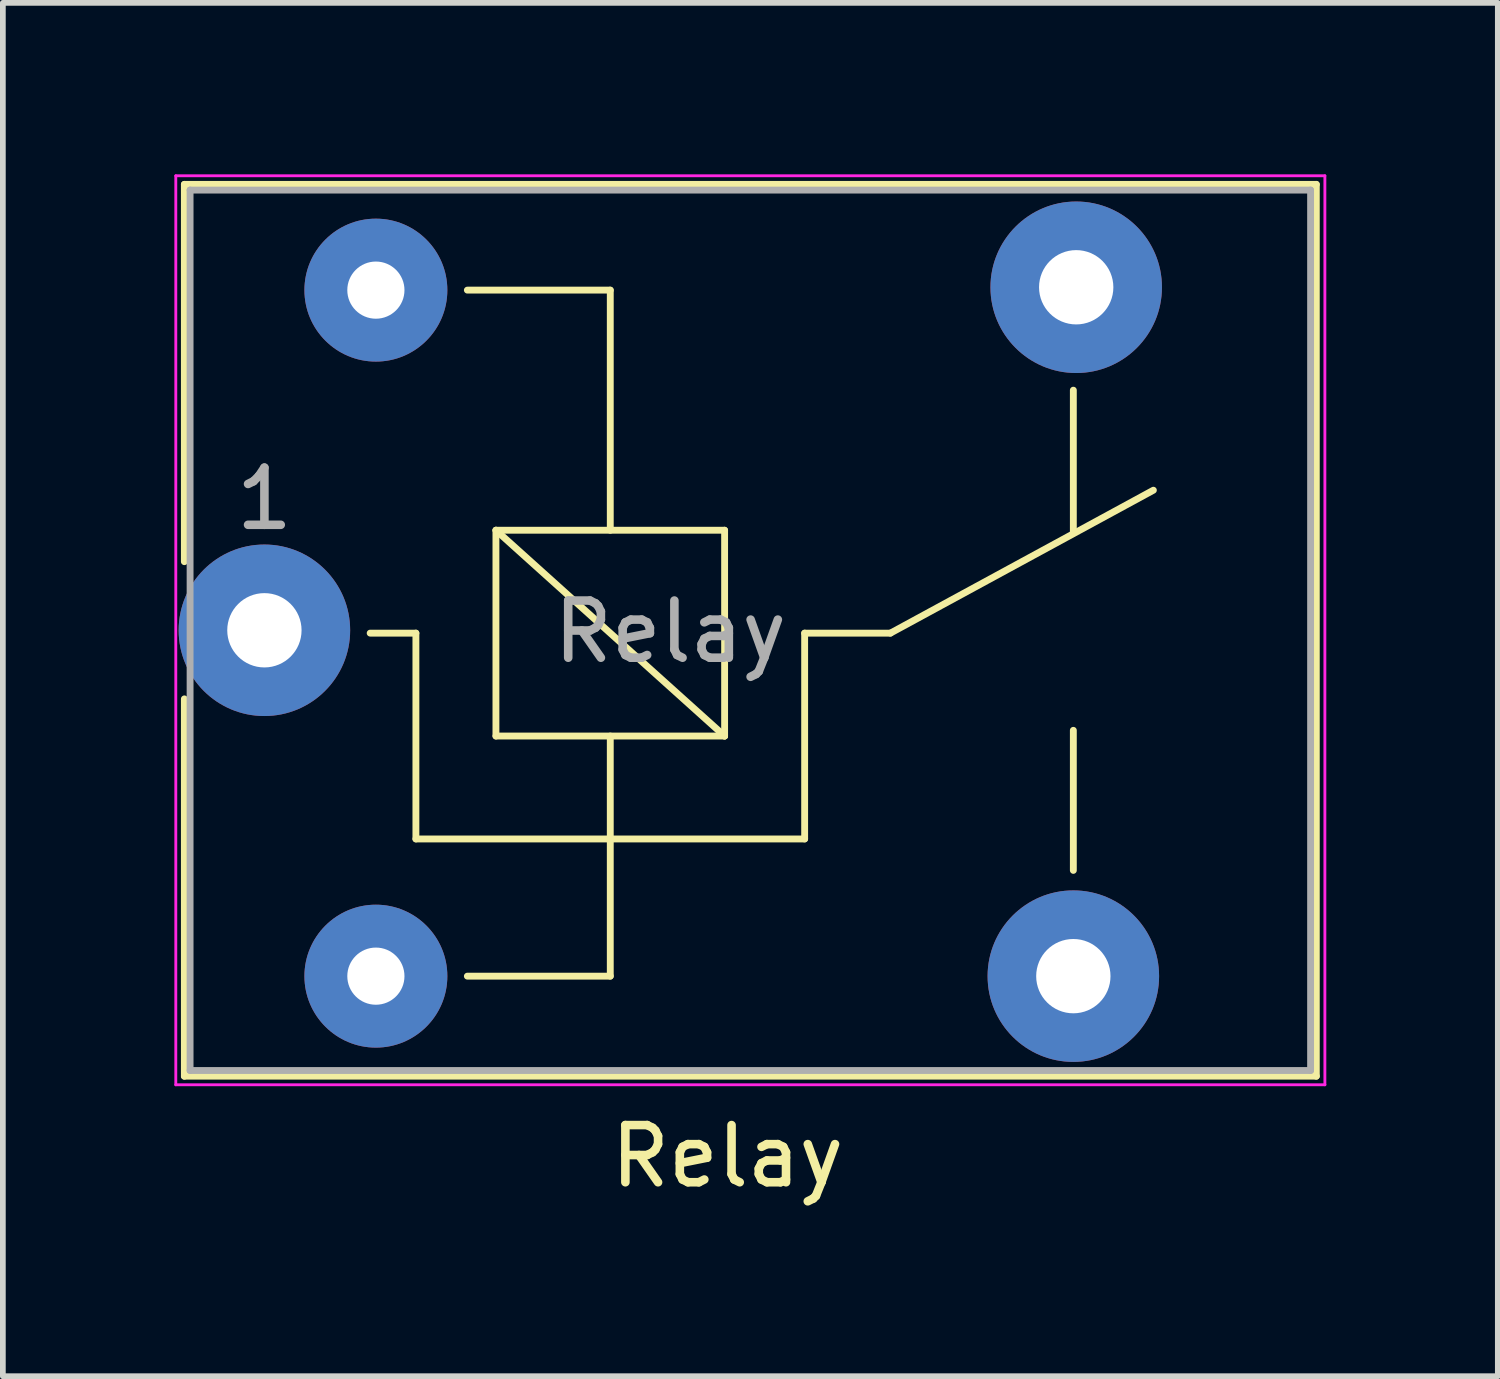
<source format=kicad_pcb>
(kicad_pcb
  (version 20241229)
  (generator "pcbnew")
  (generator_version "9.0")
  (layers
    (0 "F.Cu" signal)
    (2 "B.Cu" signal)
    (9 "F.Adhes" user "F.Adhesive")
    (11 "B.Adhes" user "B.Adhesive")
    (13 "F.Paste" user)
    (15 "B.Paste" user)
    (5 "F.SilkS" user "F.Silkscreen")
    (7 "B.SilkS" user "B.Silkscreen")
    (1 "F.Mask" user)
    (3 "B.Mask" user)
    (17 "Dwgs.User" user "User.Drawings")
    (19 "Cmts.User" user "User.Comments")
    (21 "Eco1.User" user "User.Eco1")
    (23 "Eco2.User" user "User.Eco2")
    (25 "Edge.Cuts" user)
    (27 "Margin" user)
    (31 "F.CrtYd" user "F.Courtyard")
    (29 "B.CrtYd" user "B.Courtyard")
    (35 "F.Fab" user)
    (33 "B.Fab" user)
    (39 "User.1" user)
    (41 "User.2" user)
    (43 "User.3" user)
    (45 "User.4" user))
  (footprint "Relay"
    (layer "F.Cu")
    (at 1.575 7.975)
    (property "Reference" "Relay" (at 8.1 9.2 0) (layer "F.SilkS") (effects (font (size 1 1) (thickness 0.15))))
    (attr through_hole)
    (fp_line (start -1.4 -7.8) (end -1.4 -1.2) (stroke (width 0.12) (type solid)) (layer "F.SilkS"))
    (fp_line (start -1.4 -7.8) (end 18.4 -7.8) (stroke (width 0.12) (type solid)) (layer "F.SilkS"))
    (fp_line (start -1.4 1.2) (end -1.4 7.8) (stroke (width 0.12) (type solid)) (layer "F.SilkS"))
    (fp_line (start 2.65 0.05) (end 1.85 0.05) (stroke (width 0.12) (type solid)) (layer "F.SilkS"))
    (fp_line (start 2.65 0.05) (end 2.65 3.65) (stroke (width 0.12) (type solid)) (layer "F.SilkS"))
    (fp_line (start 3.55 6.05) (end 6.05 6.05) (stroke (width 0.12) (type solid)) (layer "F.SilkS"))
    (fp_line (start 4.05 -1.75) (end 8.05 -1.75) (stroke (width 0.12) (type solid)) (layer "F.SilkS"))
    (fp_line (start 4.05 1.85) (end 4.05 -1.75) (stroke (width 0.12) (type solid)) (layer "F.SilkS"))
    (fp_line (start 6.05 -5.95) (end 3.55 -5.95) (stroke (width 0.12) (type solid)) (layer "F.SilkS"))
    (fp_line (start 6.05 -5.95) (end 6.05 -1.75) (stroke (width 0.12) (type solid)) (layer "F.SilkS"))
    (fp_line (start 6.05 1.85) (end 6.05 6.05) (stroke (width 0.12) (type solid)) (layer "F.SilkS"))
    (fp_line (start 8.05 -1.75) (end 8.05 1.85) (stroke (width 0.12) (type solid)) (layer "F.SilkS"))
    (fp_line (start 8.05 1.85) (end 4.05 -1.75) (stroke (width 0.12) (type solid)) (layer "F.SilkS"))
    (fp_line (start 8.05 1.85) (end 4.05 1.85) (stroke (width 0.12) (type solid)) (layer "F.SilkS"))
    (fp_line (start 9.45 0.05) (end 9.45 3.65) (stroke (width 0.12) (type solid)) (layer "F.SilkS"))
    (fp_line (start 9.45 0.05) (end 10.95 0.05) (stroke (width 0.12) (type solid)) (layer "F.SilkS"))
    (fp_line (start 9.45 3.65) (end 2.65 3.65) (stroke (width 0.12) (type solid)) (layer "F.SilkS"))
    (fp_line (start 10.95 0.05) (end 15.55 -2.45) (stroke (width 0.12) (type solid)) (layer "F.SilkS"))
    (fp_line (start 14.15 -4.2) (end 14.15 -1.7) (stroke (width 0.12) (type solid)) (layer "F.SilkS"))
    (fp_line (start 14.15 4.2) (end 14.15 1.75) (stroke (width 0.12) (type solid)) (layer "F.SilkS"))
    (fp_line (start 18.4 -7.8) (end 18.4 7.8) (stroke (width 0.12) (type solid)) (layer "F.SilkS"))
    (fp_line (start 18.4 7.8) (end -1.4 7.8) (stroke (width 0.12) (type solid)) (layer "F.SilkS"))
    (fp_line (start -1.55 7.95) (end -1.55 -7.95) (stroke (width 0.05) (type solid)) (layer "F.CrtYd"))
    (fp_line (start -1.55 7.95) (end 18.55 7.95) (stroke (width 0.05) (type solid)) (layer "F.CrtYd"))
    (fp_line (start 18.55 -7.95) (end -1.55 -7.95) (stroke (width 0.05) (type solid)) (layer "F.CrtYd"))
    (fp_line (start 18.55 -7.95) (end 18.55 7.95) (stroke (width 0.05) (type solid)) (layer "F.CrtYd"))
    (fp_line (start -1.3 -7.7) (end 18.3 -7.7) (stroke (width 0.12) (type solid)) (layer "F.Fab"))
    (fp_line (start -1.3 7.7) (end -1.3 -7.7) (stroke (width 0.12) (type solid)) (layer "F.Fab"))
    (fp_line (start 18.3 -7.7) (end 18.3 7.7) (stroke (width 0.12) (type solid)) (layer "F.Fab"))
    (fp_line (start 18.3 7.7) (end -1.3 7.7) (stroke (width 0.12) (type solid)) (layer "F.Fab"))
    (fp_text user "1" (at 0 -2.3 0) (layer "F.Fab") (effects (font (size 1 1) (thickness 0.15))))
    (fp_text user "${REFERENCE}" (at 7.1 0.025 0) (layer "F.Fab") (effects (font (size 1 1) (thickness 0.15))))
    (pad "1" thru_hole circle (at 14.15 6.05 90) (size 3 3) (drill 1.3) (layers "*.Cu" "*.Mask"))
    (pad "2" thru_hole circle (at 14.2 -6 90) (size 3 3) (drill 1.3) (layers "*.Cu" "*.Mask"))
    (pad "3" thru_hole circle (at 1.95 6.05 90) (size 2.5 2.5) (drill 1) (layers "*.Cu" "*.Mask"))
    (pad "4" thru_hole circle (at 1.95 -5.95 90) (size 2.5 2.5) (drill 1) (layers "*.Cu" "*.Mask"))
    (pad "5" thru_hole circle (at 0 0 90) (size 3 3) (drill 1.3) (layers "*.Cu" "*.Mask")))
  (gr_rect
    (start -3 -3)
    (end 23.15 21.023)
    (stroke (width 0.1) (type default))
    (fill no)
    (layer "Edge.Cuts")))
</source>
